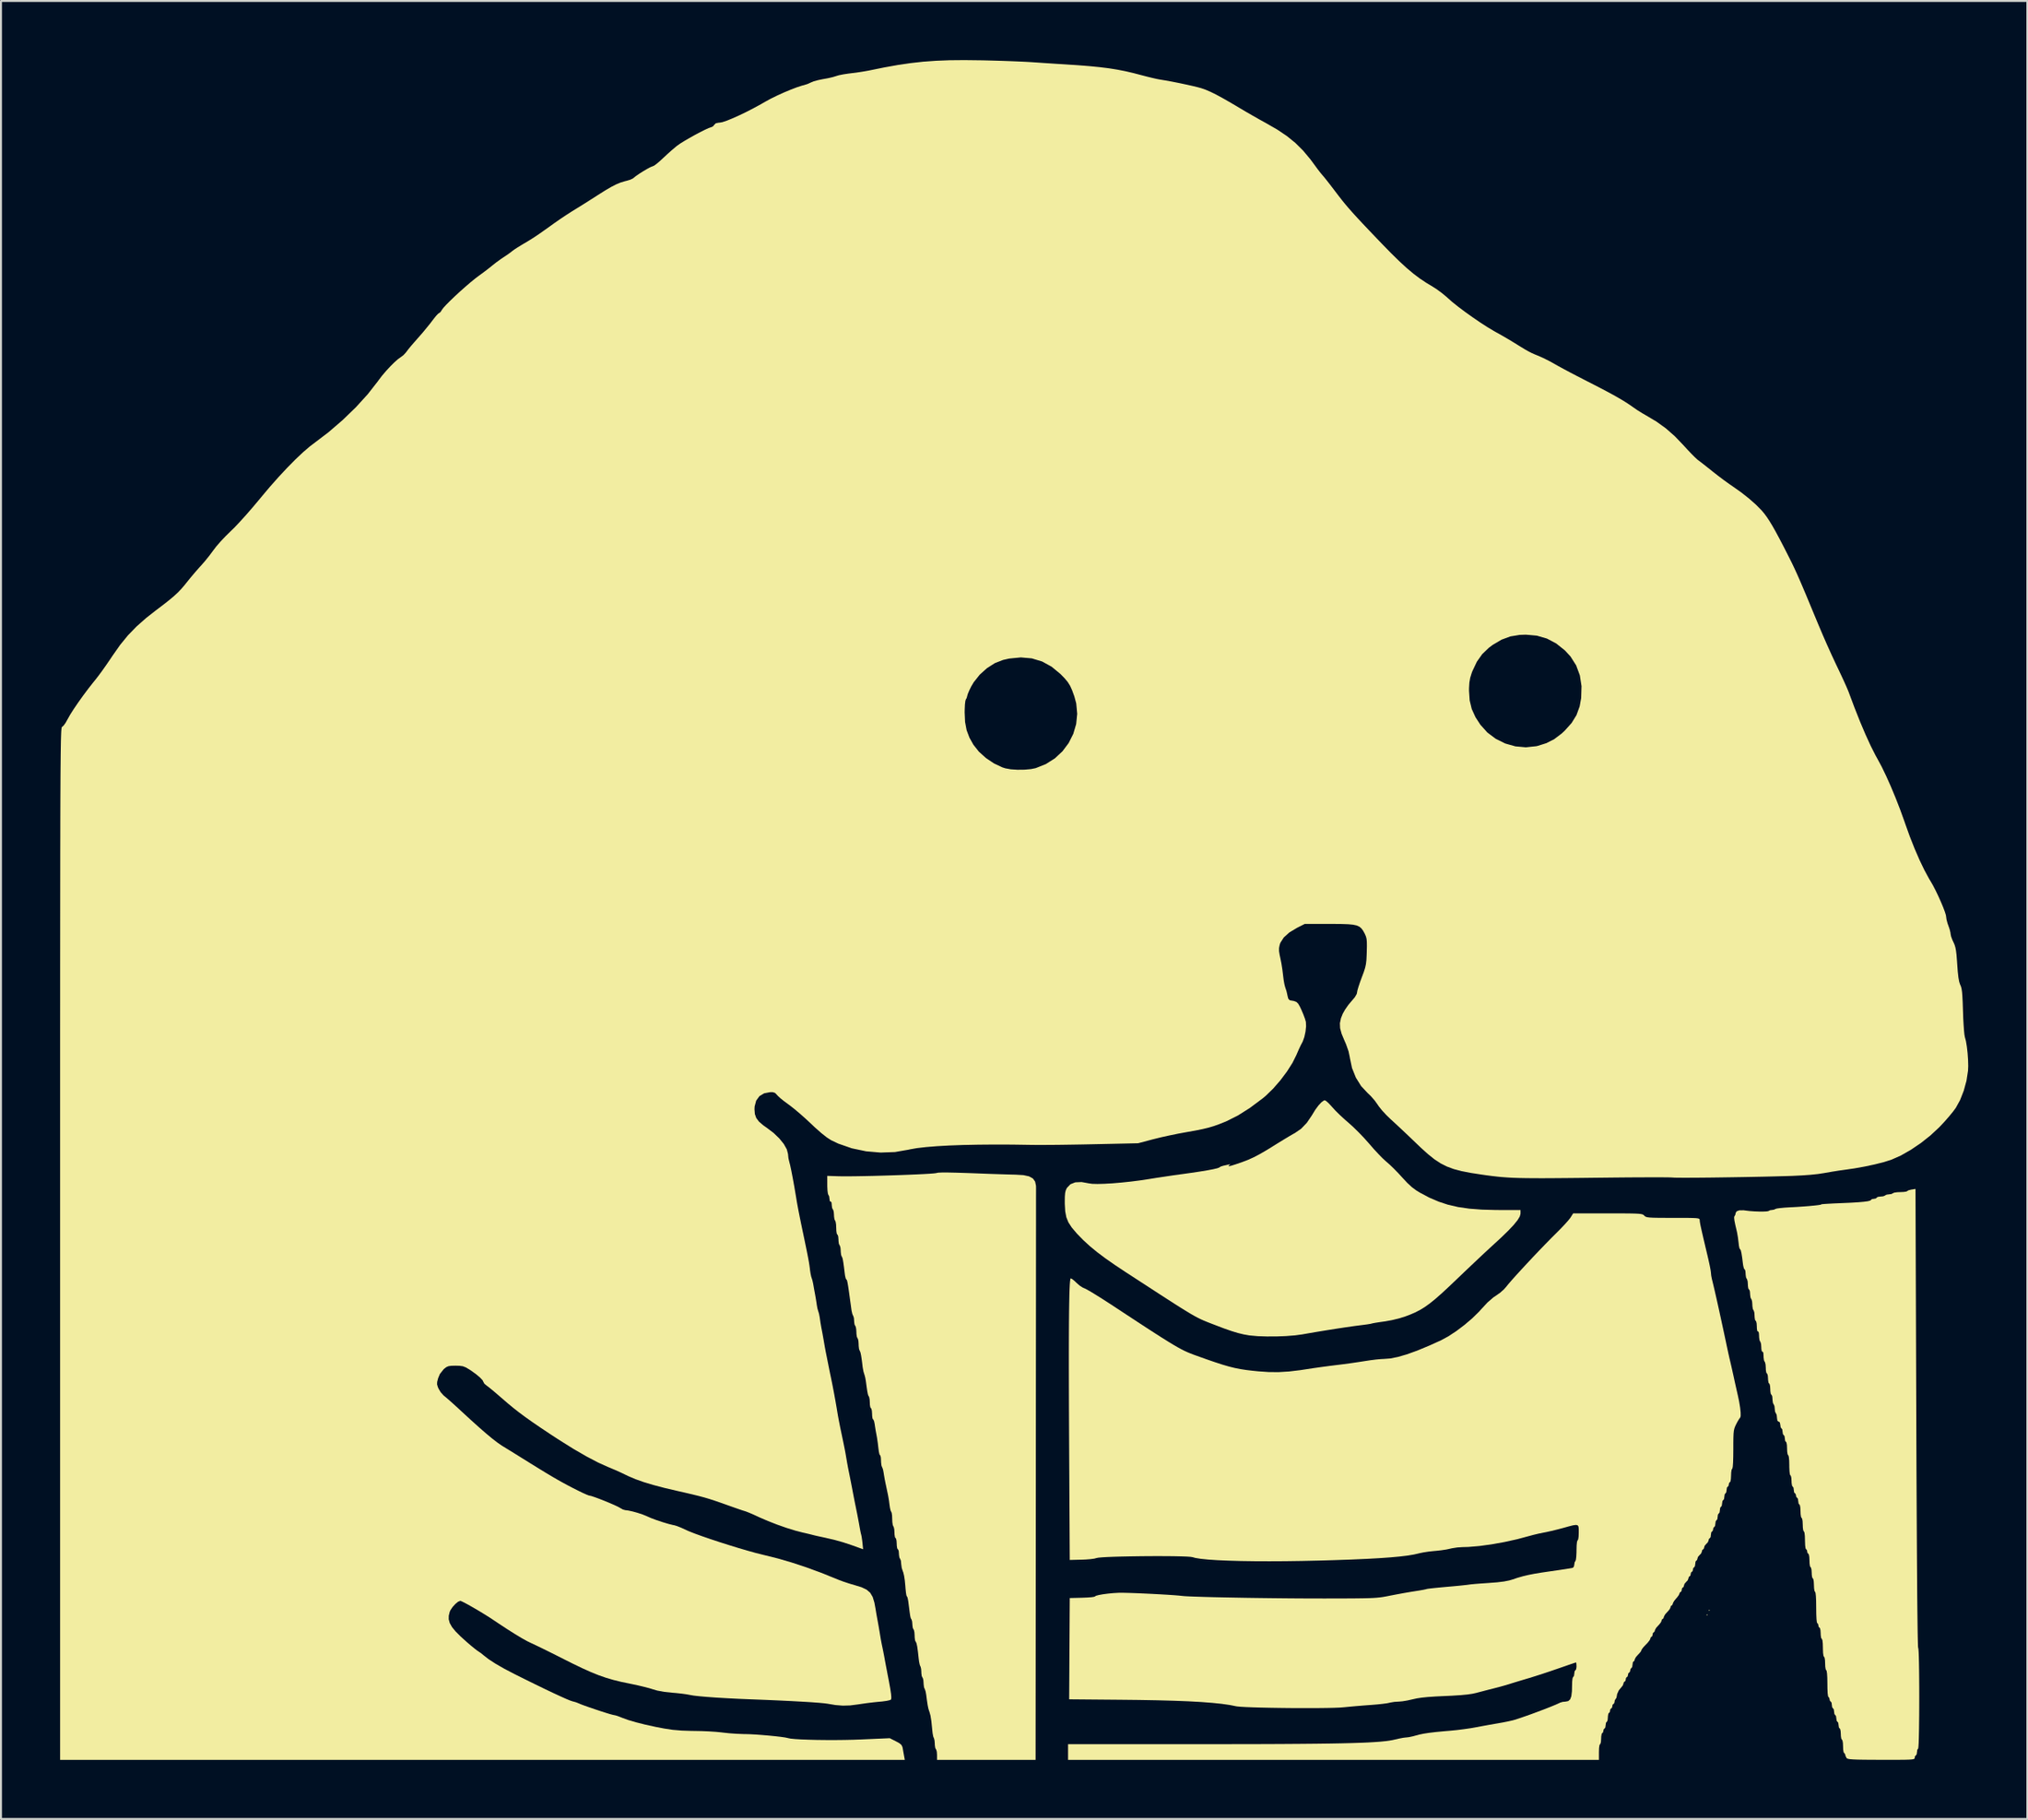
<source format=kicad_pcb>
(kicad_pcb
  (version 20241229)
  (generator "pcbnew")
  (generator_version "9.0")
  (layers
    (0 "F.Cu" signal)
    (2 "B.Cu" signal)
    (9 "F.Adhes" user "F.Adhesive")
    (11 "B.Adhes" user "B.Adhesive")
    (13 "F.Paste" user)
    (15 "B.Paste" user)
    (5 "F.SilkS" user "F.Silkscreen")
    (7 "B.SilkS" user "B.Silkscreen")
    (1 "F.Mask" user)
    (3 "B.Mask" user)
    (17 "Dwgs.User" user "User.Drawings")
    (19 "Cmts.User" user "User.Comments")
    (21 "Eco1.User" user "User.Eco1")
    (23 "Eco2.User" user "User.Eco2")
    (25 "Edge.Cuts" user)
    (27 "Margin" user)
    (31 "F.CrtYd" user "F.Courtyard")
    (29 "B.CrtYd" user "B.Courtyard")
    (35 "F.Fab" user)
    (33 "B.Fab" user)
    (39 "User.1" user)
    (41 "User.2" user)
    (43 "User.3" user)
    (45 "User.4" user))
  (footprint "3"
    (layer "F.Cu")
    (at 50.061 41.871)
    (property "Reference" "3" (at 0 0 0) (layer "F.SilkS") (effects (font (size 1.5 1.5) (thickness 0.3))))
    (attr board_only exclude_from_pos_files exclude_from_bom)
    (fp_poly (pts (xy 33.526 37.02) (xy 33.497 37.049) (xy 33.469 37.02) (xy 33.497 36.992)) (stroke (width 0) (type solid)) (fill yes) (layer "F.SilkS"))
    (fp_poly (pts (xy 33.639 36.793) (xy 33.611 36.821) (xy 33.583 36.793) (xy 33.611 36.765)) (stroke (width 0) (type solid)) (fill yes) (layer "F.SilkS"))
    (fp_poly (pts (xy 14.179 10.951) (xy 14.3 11.06) (xy 14.445 11.215) (xy 14.481 11.256) (xy 14.649 11.439) (xy 14.874 11.661) (xy 15.122 11.889) (xy 15.301 12.044) (xy 15.544 12.263) (xy 15.824 12.537) (xy 16.107 12.832) (xy 16.359 13.115) (xy 16.375 13.134) (xy 16.597 13.389) (xy 16.826 13.636) (xy 17.035 13.85) (xy 17.203 14.006) (xy 17.236 14.033) (xy 17.403 14.179) (xy 17.614 14.383) (xy 17.841 14.616) (xy 18.023 14.815) (xy 18.286 15.098) (xy 18.515 15.311) (xy 18.741 15.48) (xy 18.922 15.592) (xy 19.4 15.846) (xy 19.872 16.05) (xy 20.355 16.21) (xy 20.869 16.328) (xy 21.433 16.409) (xy 22.065 16.458) (xy 22.784 16.478) (xy 23.002 16.479) (xy 24.036 16.479) (xy 24.036 16.664) (xy 23.999 16.805) (xy 23.886 16.992) (xy 23.693 17.231) (xy 23.417 17.524) (xy 23.055 17.876) (xy 22.694 18.208) (xy 22.484 18.401) (xy 22.21 18.655) (xy 21.89 18.955) (xy 21.542 19.284) (xy 21.182 19.625) (xy 20.83 19.962) (xy 20.805 19.986) (xy 20.376 20.394) (xy 20.012 20.73) (xy 19.699 21.004) (xy 19.423 21.226) (xy 19.171 21.406) (xy 18.929 21.554) (xy 18.684 21.679) (xy 18.421 21.792) (xy 18.188 21.88) (xy 17.875 21.978) (xy 17.51 22.066) (xy 17.156 22.13) (xy 17.117 22.135) (xy 16.87 22.17) (xy 16.667 22.202) (xy 16.532 22.227) (xy 16.492 22.238) (xy 16.421 22.255) (xy 16.263 22.281) (xy 16.047 22.31) (xy 15.911 22.327) (xy 15.586 22.369) (xy 15.174 22.428) (xy 14.698 22.5) (xy 14.183 22.582) (xy 13.654 22.669) (xy 13.133 22.759) (xy 12.976 22.787) (xy 12.596 22.838) (xy 12.143 22.874) (xy 11.653 22.893) (xy 11.16 22.894) (xy 10.702 22.879) (xy 10.314 22.844) (xy 10.259 22.837) (xy 9.982 22.788) (xy 9.697 22.719) (xy 9.379 22.622) (xy 9.003 22.491) (xy 8.637 22.352) (xy 8.433 22.274) (xy 8.256 22.206) (xy 8.098 22.143) (xy 7.951 22.082) (xy 7.806 22.017) (xy 7.657 21.943) (xy 7.494 21.856) (xy 7.309 21.75) (xy 7.095 21.621) (xy 6.842 21.465) (xy 6.543 21.276) (xy 6.19 21.05) (xy 5.775 20.782) (xy 5.289 20.466) (xy 4.724 20.099) (xy 4.072 19.675) (xy 4.034 19.651) (xy 3.457 19.268) (xy 2.965 18.924) (xy 2.544 18.607) (xy 2.179 18.306) (xy 1.854 18.008) (xy 1.554 17.701) (xy 1.505 17.647) (xy 1.265 17.363) (xy 1.098 17.106) (xy 0.992 16.844) (xy 0.935 16.543) (xy 0.914 16.171) (xy 0.913 16.081) (xy 0.916 15.806) (xy 0.931 15.615) (xy 0.964 15.477) (xy 1.018 15.363) (xy 1.023 15.355) (xy 1.198 15.172) (xy 1.446 15.074) (xy 1.765 15.06) (xy 2.125 15.125) (xy 2.303 15.15) (xy 2.575 15.157) (xy 2.923 15.148) (xy 3.33 15.125) (xy 3.777 15.087) (xy 4.246 15.038) (xy 4.719 14.978) (xy 5.143 14.914) (xy 5.537 14.851) (xy 5.983 14.784) (xy 6.426 14.718) (xy 6.813 14.664) (xy 6.819 14.664) (xy 7.331 14.592) (xy 7.779 14.525) (xy 8.154 14.463) (xy 8.446 14.408) (xy 8.645 14.361) (xy 8.744 14.326) (xy 8.751 14.319) (xy 8.823 14.274) (xy 8.95 14.233) (xy 9.114 14.196) (xy 9.234 14.168) (xy 9.307 14.157) (xy 9.28 14.189) (xy 9.262 14.201) (xy 9.211 14.247) (xy 9.244 14.257) (xy 9.367 14.228) (xy 9.585 14.159) (xy 9.903 14.05) (xy 9.922 14.043) (xy 10.214 13.932) (xy 10.5 13.802) (xy 10.807 13.641) (xy 11.161 13.436) (xy 11.454 13.255) (xy 11.758 13.066) (xy 12.044 12.891) (xy 12.293 12.741) (xy 12.484 12.629) (xy 12.592 12.57) (xy 12.902 12.357) (xy 13.195 12.052) (xy 13.451 11.674) (xy 13.468 11.645) (xy 13.624 11.39) (xy 13.786 11.171) (xy 13.938 11.008) (xy 14.063 10.92) (xy 14.106 10.91)) (stroke (width 0) (type solid)) (fill yes) (layer "F.SilkS"))
    (fp_poly (pts (xy -5.009 14.575) (xy -4.588 14.584) (xy -4.055 14.601) (xy -3.799 14.61) (xy -3.338 14.628) (xy -2.888 14.645) (xy -2.468 14.659) (xy -2.099 14.671) (xy -1.8 14.68) (xy -1.591 14.685) (xy -1.563 14.686) (xy -1.182 14.709) (xy -0.899 14.771) (xy -0.706 14.878) (xy -0.592 15.035) (xy -0.546 15.249) (xy -0.545 15.302) (xy -0.544 15.379) (xy -0.544 15.565) (xy -0.545 15.855) (xy -0.545 16.244) (xy -0.545 16.728) (xy -0.545 17.3) (xy -0.546 17.957) (xy -0.546 18.693) (xy -0.547 19.504) (xy -0.547 20.384) (xy -0.548 21.33) (xy -0.549 22.335) (xy -0.55 23.395) (xy -0.551 24.506) (xy -0.552 25.662) (xy -0.553 26.858) (xy -0.554 28.09) (xy -0.555 29.352) (xy -0.555 29.96) (xy -0.568 44.379) (xy -3.068 44.379) (xy -5.569 44.379) (xy -5.569 44.127) (xy -5.58 43.966) (xy -5.61 43.858) (xy -5.626 43.839) (xy -5.661 43.765) (xy -5.681 43.622) (xy -5.682 43.563) (xy -5.694 43.401) (xy -5.722 43.287) (xy -5.733 43.268) (xy -5.763 43.188) (xy -5.793 43.028) (xy -5.815 42.823) (xy -5.816 42.816) (xy -5.854 42.427) (xy -5.899 42.139) (xy -5.954 41.939) (xy -5.967 41.907) (xy -6.006 41.786) (xy -6.045 41.597) (xy -6.086 41.323) (xy -6.117 41.083) (xy -6.146 40.917) (xy -6.184 40.798) (xy -6.199 40.774) (xy -6.231 40.687) (xy -6.249 40.535) (xy -6.251 40.479) (xy -6.263 40.322) (xy -6.294 40.218) (xy -6.307 40.202) (xy -6.343 40.129) (xy -6.363 39.985) (xy -6.364 39.926) (xy -6.375 39.764) (xy -6.403 39.65) (xy -6.415 39.631) (xy -6.447 39.549) (xy -6.48 39.391) (xy -6.5 39.236) (xy -6.539 38.883) (xy -6.574 38.631) (xy -6.608 38.471) (xy -6.643 38.391) (xy -6.654 38.38) (xy -6.684 38.31) (xy -6.702 38.165) (xy -6.705 38.072) (xy -6.716 37.903) (xy -6.743 37.786) (xy -6.762 37.759) (xy -6.799 37.684) (xy -6.818 37.544) (xy -6.819 37.511) (xy -6.832 37.358) (xy -6.863 37.254) (xy -6.87 37.245) (xy -6.893 37.21) (xy -6.914 37.146) (xy -6.936 37.035) (xy -6.961 36.859) (xy -6.994 36.601) (xy -7.025 36.353) (xy -7.052 36.195) (xy -7.084 36.098) (xy -7.1 36.083) (xy -7.122 36.03) (xy -7.145 35.888) (xy -7.167 35.682) (xy -7.178 35.537) (xy -7.204 35.274) (xy -7.24 35.039) (xy -7.282 34.865) (xy -7.301 34.818) (xy -7.36 34.638) (xy -7.387 34.439) (xy -7.387 34.43) (xy -7.401 34.281) (xy -7.435 34.188) (xy -7.444 34.179) (xy -7.48 34.105) (xy -7.5 33.963) (xy -7.501 33.92) (xy -7.513 33.779) (xy -7.545 33.701) (xy -7.557 33.696) (xy -7.59 33.645) (xy -7.61 33.514) (xy -7.614 33.412) (xy -7.625 33.25) (xy -7.651 33.147) (xy -7.671 33.128) (xy -7.704 33.077) (xy -7.724 32.946) (xy -7.728 32.847) (xy -7.739 32.678) (xy -7.766 32.56) (xy -7.785 32.531) (xy -7.815 32.46) (xy -7.836 32.31) (xy -7.842 32.162) (xy -7.849 31.978) (xy -7.87 31.844) (xy -7.891 31.797) (xy -7.925 31.727) (xy -7.958 31.582) (xy -7.975 31.467) (xy -8.006 31.231) (xy -8.046 30.991) (xy -8.062 30.912) (xy -8.107 30.7) (xy -8.158 30.454) (xy -8.182 30.344) (xy -8.226 30.118) (xy -8.264 29.896) (xy -8.278 29.804) (xy -8.309 29.646) (xy -8.349 29.537) (xy -8.359 29.523) (xy -8.389 29.437) (xy -8.407 29.283) (xy -8.41 29.196) (xy -8.419 29.037) (xy -8.443 28.939) (xy -8.46 28.923) (xy -8.491 28.871) (xy -8.521 28.737) (xy -8.543 28.568) (xy -8.573 28.31) (xy -8.613 28.038) (xy -8.638 27.9) (xy -8.681 27.67) (xy -8.718 27.44) (xy -8.731 27.346) (xy -8.761 27.199) (xy -8.799 27.113) (xy -8.813 27.105) (xy -8.842 27.054) (xy -8.861 26.923) (xy -8.864 26.821) (xy -8.875 26.659) (xy -8.901 26.556) (xy -8.921 26.536) (xy -8.954 26.485) (xy -8.975 26.356) (xy -8.978 26.264) (xy -8.988 26.092) (xy -9.013 25.967) (xy -9.029 25.937) (xy -9.055 25.895) (xy -9.08 25.815) (xy -9.106 25.68) (xy -9.138 25.47) (xy -9.179 25.166) (xy -9.18 25.159) (xy -9.212 24.978) (xy -9.252 24.83) (xy -9.262 24.803) (xy -9.3 24.677) (xy -9.334 24.497) (xy -9.343 24.434) (xy -9.384 24.097) (xy -9.42 23.86) (xy -9.453 23.707) (xy -9.486 23.625) (xy -9.495 23.613) (xy -9.526 23.528) (xy -9.544 23.374) (xy -9.546 23.29) (xy -9.557 23.124) (xy -9.585 23.01) (xy -9.603 22.985) (xy -9.636 22.912) (xy -9.657 22.766) (xy -9.66 22.672) (xy -9.671 22.504) (xy -9.698 22.387) (xy -9.717 22.36) (xy -9.754 22.285) (xy -9.773 22.145) (xy -9.774 22.112) (xy -9.786 21.959) (xy -9.818 21.855) (xy -9.825 21.846) (xy -9.863 21.76) (xy -9.9 21.607) (xy -9.912 21.536) (xy -9.939 21.336) (xy -9.974 21.088) (xy -9.998 20.911) (xy -10.046 20.564) (xy -10.083 20.316) (xy -10.112 20.15) (xy -10.136 20.053) (xy -10.157 20.009) (xy -10.172 20.002) (xy -10.201 19.951) (xy -10.233 19.819) (xy -10.25 19.703) (xy -10.29 19.377) (xy -10.322 19.146) (xy -10.348 18.993) (xy -10.372 18.899) (xy -10.397 18.848) (xy -10.404 18.84) (xy -10.436 18.753) (xy -10.454 18.601) (xy -10.455 18.545) (xy -10.468 18.388) (xy -10.499 18.284) (xy -10.512 18.269) (xy -10.547 18.195) (xy -10.567 18.051) (xy -10.569 17.981) (xy -10.581 17.83) (xy -10.609 17.74) (xy -10.626 17.729) (xy -10.656 17.677) (xy -10.677 17.542) (xy -10.683 17.391) (xy -10.692 17.205) (xy -10.715 17.068) (xy -10.74 17.019) (xy -10.774 16.945) (xy -10.794 16.801) (xy -10.796 16.734) (xy -10.808 16.575) (xy -10.838 16.468) (xy -10.853 16.45) (xy -10.891 16.375) (xy -10.91 16.237) (xy -10.91 16.216) (xy -10.924 16.089) (xy -10.96 16.049) (xy -10.967 16.053) (xy -11.007 16.031) (xy -11.024 15.921) (xy -11.024 15.917) (xy -11.041 15.785) (xy -11.081 15.712) (xy -11.107 15.642) (xy -11.127 15.488) (xy -11.137 15.28) (xy -11.137 15.211) (xy -11.138 14.746) (xy -10.583 14.765) (xy -10.355 14.769) (xy -10.05 14.769) (xy -9.684 14.765) (xy -9.27 14.758) (xy -8.822 14.748) (xy -8.355 14.735) (xy -7.882 14.721) (xy -7.418 14.705) (xy -6.977 14.688) (xy -6.573 14.671) (xy -6.22 14.653) (xy -5.933 14.636) (xy -5.724 14.62) (xy -5.609 14.605) (xy -5.592 14.6) (xy -5.511 14.583) (xy -5.316 14.575)) (stroke (width 0) (type solid)) (fill yes) (layer "F.SilkS"))
    (fp_poly (pts (xy 44.117 27.039) (xy 44.122 28.445) (xy 44.127 29.771) (xy 44.133 31.016) (xy 44.139 32.176) (xy 44.145 33.25) (xy 44.151 34.234) (xy 44.157 35.127) (xy 44.163 35.926) (xy 44.17 36.629) (xy 44.177 37.233) (xy 44.183 37.736) (xy 44.19 38.135) (xy 44.197 38.428) (xy 44.203 38.612) (xy 44.21 38.686) (xy 44.211 38.687) (xy 44.224 38.746) (xy 44.235 38.905) (xy 44.245 39.148) (xy 44.253 39.464) (xy 44.259 39.837) (xy 44.263 40.254) (xy 44.266 40.701) (xy 44.267 41.164) (xy 44.266 41.63) (xy 44.264 42.085) (xy 44.259 42.514) (xy 44.254 42.905) (xy 44.246 43.243) (xy 44.237 43.514) (xy 44.226 43.705) (xy 44.214 43.802) (xy 44.209 43.811) (xy 44.169 43.86) (xy 44.152 43.979) (xy 44.152 43.981) (xy 44.135 44.101) (xy 44.096 44.152) (xy 44.095 44.152) (xy 44.049 44.199) (xy 44.038 44.265) (xy 44.035 44.298) (xy 44.017 44.323) (xy 43.972 44.343) (xy 43.889 44.357) (xy 43.755 44.367) (xy 43.558 44.373) (xy 43.287 44.376) (xy 42.929 44.377) (xy 42.472 44.377) (xy 42.348 44.377) (xy 41.849 44.375) (xy 41.453 44.372) (xy 41.147 44.366) (xy 40.921 44.357) (xy 40.762 44.345) (xy 40.66 44.328) (xy 40.602 44.307) (xy 40.586 44.294) (xy 40.525 44.18) (xy 40.515 44.126) (xy 40.485 44.049) (xy 40.458 44.038) (xy 40.428 43.986) (xy 40.407 43.851) (xy 40.401 43.697) (xy 40.393 43.515) (xy 40.37 43.392) (xy 40.345 43.356) (xy 40.312 43.305) (xy 40.292 43.174) (xy 40.288 43.072) (xy 40.277 42.91) (xy 40.251 42.807) (xy 40.231 42.788) (xy 40.191 42.739) (xy 40.174 42.62) (xy 40.174 42.617) (xy 40.158 42.498) (xy 40.118 42.447) (xy 40.117 42.447) (xy 40.077 42.398) (xy 40.06 42.279) (xy 40.06 42.277) (xy 40.044 42.157) (xy 40.004 42.106) (xy 40.004 42.106) (xy 39.964 42.057) (xy 39.947 41.938) (xy 39.947 41.936) (xy 39.93 41.816) (xy 39.891 41.765) (xy 39.89 41.765) (xy 39.85 41.716) (xy 39.833 41.597) (xy 39.833 41.595) (xy 39.817 41.475) (xy 39.777 41.424) (xy 39.776 41.424) (xy 39.73 41.377) (xy 39.719 41.311) (xy 39.696 41.218) (xy 39.663 41.197) (xy 39.638 41.142) (xy 39.619 40.987) (xy 39.608 40.745) (xy 39.606 40.515) (xy 39.601 40.216) (xy 39.588 39.994) (xy 39.568 39.864) (xy 39.549 39.833) (xy 39.519 39.781) (xy 39.498 39.646) (xy 39.492 39.492) (xy 39.484 39.311) (xy 39.461 39.187) (xy 39.435 39.151) (xy 39.407 39.098) (xy 39.387 38.953) (xy 39.379 38.737) (xy 39.379 38.697) (xy 39.372 38.472) (xy 39.354 38.313) (xy 39.327 38.244) (xy 39.322 38.242) (xy 39.289 38.191) (xy 39.269 38.06) (xy 39.265 37.958) (xy 39.255 37.796) (xy 39.229 37.693) (xy 39.208 37.674) (xy 39.162 37.626) (xy 39.151 37.56) (xy 39.127 37.468) (xy 39.094 37.447) (xy 39.071 37.392) (xy 39.053 37.234) (xy 39.042 36.984) (xy 39.038 36.652) (xy 39.038 36.651) (xy 39.034 36.319) (xy 39.022 36.069) (xy 39.005 35.911) (xy 38.981 35.855) (xy 38.981 35.855) (xy 38.95 35.804) (xy 38.93 35.669) (xy 38.924 35.515) (xy 38.915 35.333) (xy 38.893 35.21) (xy 38.867 35.174) (xy 38.835 35.122) (xy 38.814 34.992) (xy 38.81 34.889) (xy 38.8 34.727) (xy 38.774 34.625) (xy 38.753 34.605) (xy 38.723 34.554) (xy 38.703 34.418) (xy 38.697 34.264) (xy 38.688 34.083) (xy 38.665 33.96) (xy 38.64 33.923) (xy 38.594 33.876) (xy 38.583 33.81) (xy 38.559 33.718) (xy 38.526 33.696) (xy 38.498 33.643) (xy 38.478 33.498) (xy 38.47 33.282) (xy 38.469 33.242) (xy 38.463 33.016) (xy 38.445 32.858) (xy 38.418 32.789) (xy 38.413 32.787) (xy 38.382 32.735) (xy 38.362 32.6) (xy 38.356 32.446) (xy 38.347 32.264) (xy 38.325 32.141) (xy 38.299 32.105) (xy 38.269 32.053) (xy 38.248 31.918) (xy 38.242 31.764) (xy 38.233 31.583) (xy 38.211 31.459) (xy 38.185 31.423) (xy 38.145 31.374) (xy 38.128 31.255) (xy 38.128 31.253) (xy 38.112 31.133) (xy 38.072 31.082) (xy 38.072 31.082) (xy 38.025 31.035) (xy 38.015 30.969) (xy 37.991 30.876) (xy 37.958 30.855) (xy 37.918 30.806) (xy 37.901 30.687) (xy 37.901 30.685) (xy 37.885 30.565) (xy 37.845 30.514) (xy 37.844 30.514) (xy 37.812 30.463) (xy 37.791 30.332) (xy 37.787 30.23) (xy 37.777 30.068) (xy 37.751 29.965) (xy 37.731 29.946) (xy 37.703 29.892) (xy 37.684 29.744) (xy 37.674 29.519) (xy 37.674 29.434) (xy 37.668 29.189) (xy 37.651 29.015) (xy 37.626 28.929) (xy 37.617 28.923) (xy 37.587 28.871) (xy 37.566 28.736) (xy 37.56 28.582) (xy 37.552 28.4) (xy 37.529 28.277) (xy 37.503 28.241) (xy 37.463 28.192) (xy 37.447 28.073) (xy 37.447 28.071) (xy 37.43 27.951) (xy 37.39 27.9) (xy 37.39 27.9) (xy 37.35 27.851) (xy 37.333 27.732) (xy 37.333 27.73) (xy 37.316 27.61) (xy 37.277 27.559) (xy 37.276 27.559) (xy 37.236 27.51) (xy 37.219 27.391) (xy 37.219 27.389) (xy 37.194 27.253) (xy 37.134 27.218) (xy 37.07 27.174) (xy 37.049 27.035) (xy 37.049 27.023) (xy 37.034 26.881) (xy 36.997 26.796) (xy 36.992 26.792) (xy 36.953 26.716) (xy 36.935 26.579) (xy 36.935 26.565) (xy 36.92 26.425) (xy 36.883 26.341) (xy 36.878 26.338) (xy 36.842 26.263) (xy 36.823 26.122) (xy 36.821 26.079) (xy 36.809 25.937) (xy 36.777 25.86) (xy 36.765 25.855) (xy 36.732 25.803) (xy 36.712 25.673) (xy 36.708 25.57) (xy 36.698 25.408) (xy 36.671 25.306) (xy 36.651 25.286) (xy 36.617 25.236) (xy 36.597 25.107) (xy 36.594 25.031) (xy 36.583 24.878) (xy 36.554 24.787) (xy 36.537 24.775) (xy 36.505 24.724) (xy 36.484 24.593) (xy 36.481 24.494) (xy 36.47 24.325) (xy 36.443 24.207) (xy 36.424 24.178) (xy 36.389 24.105) (xy 36.369 23.96) (xy 36.367 23.887) (xy 36.356 23.731) (xy 36.326 23.665) (xy 36.31 23.667) (xy 36.274 23.64) (xy 36.255 23.517) (xy 36.253 23.446) (xy 36.242 23.285) (xy 36.212 23.176) (xy 36.196 23.155) (xy 36.162 23.082) (xy 36.142 22.938) (xy 36.14 22.865) (xy 36.129 22.708) (xy 36.099 22.642) (xy 36.083 22.644) (xy 36.048 22.616) (xy 36.029 22.489) (xy 36.026 22.392) (xy 36.016 22.229) (xy 35.99 22.124) (xy 35.969 22.104) (xy 35.935 22.054) (xy 35.915 21.925) (xy 35.912 21.852) (xy 35.901 21.691) (xy 35.871 21.583) (xy 35.855 21.564) (xy 35.821 21.491) (xy 35.801 21.347) (xy 35.799 21.28) (xy 35.787 21.121) (xy 35.757 21.014) (xy 35.742 20.996) (xy 35.706 20.922) (xy 35.686 20.78) (xy 35.685 20.737) (xy 35.672 20.596) (xy 35.64 20.518) (xy 35.628 20.513) (xy 35.594 20.462) (xy 35.574 20.334) (xy 35.571 20.261) (xy 35.56 20.1) (xy 35.53 19.992) (xy 35.515 19.973) (xy 35.478 19.899) (xy 35.459 19.758) (xy 35.458 19.714) (xy 35.446 19.573) (xy 35.417 19.496) (xy 35.406 19.49) (xy 35.37 19.44) (xy 35.337 19.31) (xy 35.323 19.22) (xy 35.281 18.887) (xy 35.244 18.657) (xy 35.211 18.521) (xy 35.179 18.469) (xy 35.173 18.468) (xy 35.144 18.416) (xy 35.116 18.283) (xy 35.1 18.141) (xy 35.07 17.894) (xy 35.027 17.637) (xy 35.004 17.53) (xy 34.932 17.223) (xy 34.889 17.01) (xy 34.874 16.875) (xy 34.882 16.804) (xy 34.897 16.787) (xy 34.938 16.711) (xy 34.946 16.647) (xy 34.997 16.547) (xy 35.139 16.494) (xy 35.36 16.492) (xy 35.471 16.507) (xy 35.67 16.531) (xy 35.903 16.548) (xy 36.143 16.557) (xy 36.362 16.557) (xy 36.531 16.549) (xy 36.622 16.53) (xy 36.629 16.525) (xy 36.702 16.488) (xy 36.785 16.479) (xy 36.91 16.457) (xy 36.966 16.426) (xy 37.041 16.403) (xy 37.206 16.38) (xy 37.435 16.358) (xy 37.702 16.342) (xy 38.043 16.324) (xy 38.375 16.302) (xy 38.68 16.278) (xy 38.942 16.253) (xy 39.143 16.23) (xy 39.267 16.21) (xy 39.296 16.194) (xy 39.293 16.193) (xy 39.328 16.184) (xy 39.461 16.172) (xy 39.673 16.159) (xy 39.949 16.144) (xy 40.259 16.131) (xy 40.764 16.109) (xy 41.161 16.085) (xy 41.459 16.059) (xy 41.663 16.031) (xy 41.782 15.999) (xy 41.822 15.963) (xy 41.822 15.962) (xy 41.871 15.923) (xy 41.964 15.911) (xy 42.071 15.891) (xy 42.106 15.854) (xy 42.156 15.816) (xy 42.278 15.797) (xy 42.302 15.797) (xy 42.443 15.782) (xy 42.528 15.745) (xy 42.532 15.74) (xy 42.609 15.699) (xy 42.731 15.683) (xy 42.861 15.665) (xy 42.93 15.626) (xy 43.002 15.596) (xy 43.151 15.575) (xy 43.298 15.57) (xy 43.479 15.562) (xy 43.608 15.543) (xy 43.65 15.522) (xy 43.713 15.482) (xy 43.844 15.446) (xy 43.873 15.441) (xy 44.077 15.409)) (stroke (width 0) (type solid)) (fill yes) (layer "F.SilkS"))
    (fp_poly (pts (xy 28.953 16.65) (xy 29.345 16.651) (xy 29.648 16.654) (xy 29.876 16.66) (xy 30.039 16.669) (xy 30.152 16.683) (xy 30.226 16.701) (xy 30.274 16.725) (xy 30.309 16.756) (xy 30.315 16.763) (xy 30.353 16.799) (xy 30.404 16.826) (xy 30.482 16.846) (xy 30.601 16.86) (xy 30.777 16.869) (xy 31.023 16.874) (xy 31.354 16.876) (xy 31.773 16.877) (xy 32.199 16.877) (xy 32.525 16.878) (xy 32.764 16.883) (xy 32.93 16.89) (xy 33.036 16.903) (xy 33.095 16.922) (xy 33.121 16.947) (xy 33.128 16.981) (xy 33.128 16.994) (xy 33.131 17.044) (xy 33.141 17.116) (xy 33.16 17.223) (xy 33.193 17.377) (xy 33.241 17.59) (xy 33.306 17.874) (xy 33.393 18.243) (xy 33.503 18.708) (xy 33.521 18.781) (xy 33.586 19.067) (xy 33.641 19.324) (xy 33.679 19.524) (xy 33.696 19.645) (xy 33.696 19.655) (xy 33.711 19.803) (xy 33.746 19.981) (xy 33.75 19.995) (xy 33.807 20.227) (xy 33.884 20.555) (xy 33.978 20.968) (xy 34.086 21.451) (xy 34.204 21.99) (xy 34.329 22.572) (xy 34.46 23.182) (xy 34.49 23.326) (xy 34.547 23.591) (xy 34.6 23.835) (xy 34.643 24.024) (xy 34.66 24.093) (xy 34.693 24.235) (xy 34.743 24.452) (xy 34.8 24.709) (xy 34.834 24.86) (xy 34.901 25.168) (xy 34.975 25.498) (xy 35.041 25.794) (xy 35.062 25.883) (xy 35.13 26.21) (xy 35.178 26.506) (xy 35.204 26.751) (xy 35.206 26.927) (xy 35.182 27.013) (xy 35.179 27.016) (xy 35.127 27.082) (xy 35.046 27.217) (xy 34.98 27.343) (xy 34.926 27.456) (xy 34.888 27.56) (xy 34.861 27.676) (xy 34.845 27.825) (xy 34.837 28.028) (xy 34.833 28.306) (xy 34.833 28.622) (xy 34.829 29.003) (xy 34.82 29.298) (xy 34.805 29.498) (xy 34.785 29.596) (xy 34.776 29.605) (xy 34.746 29.657) (xy 34.725 29.792) (xy 34.719 29.946) (xy 34.71 30.127) (xy 34.688 30.251) (xy 34.662 30.287) (xy 34.616 30.334) (xy 34.605 30.4) (xy 34.582 30.493) (xy 34.549 30.514) (xy 34.509 30.563) (xy 34.492 30.682) (xy 34.492 30.685) (xy 34.475 30.804) (xy 34.436 30.855) (xy 34.435 30.855) (xy 34.395 30.904) (xy 34.378 31.023) (xy 34.378 31.026) (xy 34.362 31.145) (xy 34.322 31.196) (xy 34.321 31.196) (xy 34.281 31.245) (xy 34.264 31.364) (xy 34.264 31.366) (xy 34.248 31.486) (xy 34.208 31.537) (xy 34.208 31.537) (xy 34.168 31.586) (xy 34.151 31.705) (xy 34.151 31.707) (xy 34.134 31.827) (xy 34.095 31.878) (xy 34.094 31.878) (xy 34.054 31.927) (xy 34.037 32.046) (xy 34.037 32.048) (xy 34.021 32.168) (xy 33.981 32.219) (xy 33.98 32.219) (xy 33.94 32.268) (xy 33.923 32.387) (xy 33.923 32.389) (xy 33.907 32.509) (xy 33.867 32.56) (xy 33.867 32.56) (xy 33.82 32.607) (xy 33.81 32.673) (xy 33.786 32.766) (xy 33.753 32.787) (xy 33.713 32.836) (xy 33.696 32.955) (xy 33.696 32.957) (xy 33.68 33.077) (xy 33.64 33.128) (xy 33.639 33.128) (xy 33.591 33.175) (xy 33.583 33.229) (xy 33.54 33.339) (xy 33.469 33.412) (xy 33.38 33.514) (xy 33.355 33.595) (xy 33.329 33.68) (xy 33.298 33.696) (xy 33.25 33.743) (xy 33.242 33.797) (xy 33.199 33.907) (xy 33.128 33.98) (xy 33.039 34.082) (xy 33.014 34.163) (xy 32.988 34.249) (xy 32.957 34.264) (xy 32.918 34.314) (xy 32.901 34.433) (xy 32.901 34.435) (xy 32.884 34.555) (xy 32.845 34.605) (xy 32.844 34.605) (xy 32.798 34.653) (xy 32.787 34.719) (xy 32.763 34.811) (xy 32.73 34.833) (xy 32.684 34.88) (xy 32.673 34.946) (xy 32.65 35.039) (xy 32.617 35.06) (xy 32.569 35.107) (xy 32.56 35.161) (xy 32.517 35.271) (xy 32.446 35.344) (xy 32.357 35.446) (xy 32.332 35.527) (xy 32.306 35.612) (xy 32.276 35.628) (xy 32.229 35.676) (xy 32.219 35.742) (xy 32.195 35.834) (xy 32.162 35.855) (xy 32.11 35.901) (xy 32.105 35.932) (xy 32.068 36.018) (xy 31.976 36.142) (xy 31.935 36.187) (xy 31.829 36.317) (xy 31.769 36.426) (xy 31.764 36.452) (xy 31.734 36.528) (xy 31.707 36.537) (xy 31.658 36.584) (xy 31.651 36.628) (xy 31.612 36.722) (xy 31.514 36.844) (xy 31.48 36.878) (xy 31.372 37) (xy 31.313 37.107) (xy 31.31 37.128) (xy 31.281 37.208) (xy 31.253 37.219) (xy 31.203 37.266) (xy 31.196 37.31) (xy 31.157 37.404) (xy 31.06 37.526) (xy 31.026 37.56) (xy 30.917 37.682) (xy 30.859 37.789) (xy 30.855 37.81) (xy 30.826 37.889) (xy 30.798 37.901) (xy 30.752 37.949) (xy 30.741 38.015) (xy 30.718 38.107) (xy 30.685 38.128) (xy 30.635 38.175) (xy 30.628 38.218) (xy 30.589 38.305) (xy 30.49 38.433) (xy 30.4 38.526) (xy 30.275 38.658) (xy 30.192 38.767) (xy 30.173 38.811) (xy 30.135 38.89) (xy 30.039 39.002) (xy 30.003 39.038) (xy 29.894 39.16) (xy 29.836 39.266) (xy 29.832 39.288) (xy 29.803 39.367) (xy 29.775 39.379) (xy 29.735 39.428) (xy 29.719 39.547) (xy 29.719 39.549) (xy 29.702 39.669) (xy 29.662 39.719) (xy 29.662 39.719) (xy 29.616 39.767) (xy 29.605 39.833) (xy 29.581 39.925) (xy 29.548 39.947) (xy 29.502 39.994) (xy 29.491 40.06) (xy 29.467 40.153) (xy 29.434 40.174) (xy 29.388 40.222) (xy 29.378 40.288) (xy 29.354 40.38) (xy 29.321 40.401) (xy 29.272 40.448) (xy 29.264 40.494) (xy 29.225 40.604) (xy 29.165 40.679) (xy 29.022 40.854) (xy 28.936 41.045) (xy 28.923 41.136) (xy 28.897 41.245) (xy 28.866 41.282) (xy 28.818 41.362) (xy 28.809 41.428) (xy 28.785 41.518) (xy 28.753 41.538) (xy 28.706 41.585) (xy 28.696 41.651) (xy 28.672 41.744) (xy 28.639 41.765) (xy 28.593 41.813) (xy 28.582 41.879) (xy 28.558 41.971) (xy 28.525 41.992) (xy 28.49 42.043) (xy 28.47 42.169) (xy 28.468 42.22) (xy 28.456 42.362) (xy 28.424 42.441) (xy 28.412 42.447) (xy 28.372 42.496) (xy 28.355 42.615) (xy 28.355 42.617) (xy 28.338 42.737) (xy 28.299 42.788) (xy 28.298 42.788) (xy 28.252 42.836) (xy 28.241 42.902) (xy 28.217 42.994) (xy 28.184 43.015) (xy 28.152 43.066) (xy 28.131 43.197) (xy 28.128 43.299) (xy 28.117 43.461) (xy 28.091 43.564) (xy 28.071 43.583) (xy 28.042 43.636) (xy 28.021 43.777) (xy 28.014 43.981) (xy 28.014 43.981) (xy 28.014 44.379) (xy 14.547 44.379) (xy 1.08 44.379) (xy 1.08 43.981) (xy 1.08 43.583) (xy 7.714 43.583) (xy 8.961 43.582) (xy 10.1 43.58) (xy 11.135 43.578) (xy 12.073 43.573) (xy 12.917 43.567) (xy 13.674 43.56) (xy 14.348 43.551) (xy 14.945 43.54) (xy 15.47 43.527) (xy 15.928 43.512) (xy 16.324 43.495) (xy 16.664 43.475) (xy 16.952 43.453) (xy 17.194 43.429) (xy 17.394 43.402) (xy 17.559 43.372) (xy 17.637 43.354) (xy 17.869 43.301) (xy 18.077 43.261) (xy 18.221 43.243) (xy 18.238 43.243) (xy 18.378 43.226) (xy 18.573 43.184) (xy 18.699 43.15) (xy 18.904 43.095) (xy 19.138 43.048) (xy 19.421 43.005) (xy 19.771 42.964) (xy 20.207 42.923) (xy 20.456 42.902) (xy 20.802 42.868) (xy 21.175 42.821) (xy 21.525 42.77) (xy 21.735 42.733) (xy 22.066 42.671) (xy 22.44 42.603) (xy 22.789 42.542) (xy 22.871 42.528) (xy 23.146 42.479) (xy 23.41 42.426) (xy 23.621 42.378) (xy 23.695 42.359) (xy 23.933 42.284) (xy 24.23 42.183) (xy 24.564 42.065) (xy 24.913 41.936) (xy 25.253 41.808) (xy 25.562 41.686) (xy 25.817 41.581) (xy 25.996 41.501) (xy 26.038 41.479) (xy 26.165 41.44) (xy 26.323 41.424) (xy 26.459 41.397) (xy 26.555 41.309) (xy 26.615 41.147) (xy 26.644 40.896) (xy 26.65 40.646) (xy 26.657 40.414) (xy 26.674 40.251) (xy 26.7 40.177) (xy 26.707 40.174) (xy 26.747 40.125) (xy 26.764 40.006) (xy 26.764 40.004) (xy 26.78 39.884) (xy 26.82 39.833) (xy 26.821 39.833) (xy 26.858 39.783) (xy 26.877 39.66) (xy 26.877 39.634) (xy 26.871 39.503) (xy 26.855 39.437) (xy 26.852 39.435) (xy 26.793 39.453) (xy 26.644 39.503) (xy 26.425 39.578) (xy 26.154 39.672) (xy 25.929 39.75) (xy 25.563 39.876) (xy 25.173 40.006) (xy 24.796 40.127) (xy 24.473 40.228) (xy 24.377 40.256) (xy 24.092 40.341) (xy 23.82 40.423) (xy 23.596 40.492) (xy 23.468 40.533) (xy 23.293 40.586) (xy 23.052 40.654) (xy 22.787 40.724) (xy 22.701 40.746) (xy 22.411 40.819) (xy 22.105 40.899) (xy 21.839 40.969) (xy 21.792 40.982) (xy 21.587 41.027) (xy 21.328 41.064) (xy 20.998 41.095) (xy 20.581 41.122) (xy 20.201 41.14) (xy 19.722 41.163) (xy 19.339 41.189) (xy 19.031 41.22) (xy 18.78 41.258) (xy 18.566 41.305) (xy 18.558 41.307) (xy 18.306 41.364) (xy 18.058 41.406) (xy 17.864 41.424) (xy 17.847 41.424) (xy 17.635 41.438) (xy 17.431 41.471) (xy 17.388 41.482) (xy 17.257 41.508) (xy 17.041 41.537) (xy 16.768 41.566) (xy 16.467 41.591) (xy 16.422 41.594) (xy 16.066 41.621) (xy 15.683 41.653) (xy 15.322 41.686) (xy 15.058 41.712) (xy 14.857 41.727) (xy 14.567 41.738) (xy 14.204 41.746) (xy 13.782 41.751) (xy 13.316 41.753) (xy 12.823 41.753) (xy 12.315 41.75) (xy 11.81 41.744) (xy 11.321 41.736) (xy 10.864 41.726) (xy 10.453 41.714) (xy 10.104 41.7) (xy 9.832 41.684) (xy 9.651 41.667) (xy 9.603 41.659) (xy 9.278 41.594) (xy 8.88 41.537) (xy 8.404 41.488) (xy 7.845 41.445) (xy 7.198 41.409) (xy 6.458 41.38) (xy 5.619 41.357) (xy 4.676 41.34) (xy 3.764 41.33) (xy 1.135 41.307) (xy 1.15 38.738) (xy 1.165 36.168) (xy 1.804 36.152) (xy 2.058 36.142) (xy 2.265 36.126) (xy 2.4 36.107) (xy 2.443 36.089) (xy 2.496 36.053) (xy 2.639 36.015) (xy 2.848 35.977) (xy 3.1 35.944) (xy 3.371 35.917) (xy 3.639 35.902) (xy 3.722 35.9) (xy 3.927 35.902) (xy 4.212 35.909) (xy 4.557 35.921) (xy 4.939 35.938) (xy 5.339 35.957) (xy 5.733 35.978) (xy 6.102 36) (xy 6.423 36.021) (xy 6.675 36.041) (xy 6.837 36.058) (xy 6.847 36.059) (xy 6.983 36.072) (xy 7.222 36.085) (xy 7.552 36.098) (xy 7.962 36.111) (xy 8.441 36.124) (xy 8.978 36.136) (xy 9.561 36.147) (xy 10.18 36.158) (xy 10.823 36.167) (xy 11.479 36.175) (xy 12.137 36.182) (xy 12.785 36.187) (xy 13.413 36.19) (xy 14.01 36.191) (xy 14.177 36.191) (xy 14.786 36.189) (xy 15.294 36.188) (xy 15.713 36.185) (xy 16.056 36.18) (xy 16.335 36.173) (xy 16.564 36.164) (xy 16.754 36.151) (xy 16.918 36.134) (xy 17.069 36.113) (xy 17.219 36.086) (xy 17.381 36.055) (xy 17.416 36.047) (xy 17.754 35.982) (xy 18.121 35.914) (xy 18.466 35.855) (xy 18.66 35.824) (xy 18.901 35.786) (xy 19.1 35.751) (xy 19.23 35.724) (xy 19.264 35.713) (xy 19.333 35.699) (xy 19.495 35.679) (xy 19.732 35.653) (xy 20.025 35.625) (xy 20.294 35.6) (xy 20.627 35.571) (xy 20.929 35.542) (xy 21.178 35.516) (xy 21.353 35.496) (xy 21.422 35.486) (xy 21.528 35.473) (xy 21.723 35.454) (xy 21.983 35.434) (xy 22.284 35.413) (xy 22.417 35.404) (xy 22.855 35.37) (xy 23.198 35.328) (xy 23.464 35.275) (xy 23.61 35.232) (xy 23.886 35.14) (xy 24.151 35.064) (xy 24.431 34.997) (xy 24.75 34.935) (xy 25.133 34.872) (xy 25.604 34.803) (xy 25.609 34.802) (xy 25.939 34.755) (xy 26.232 34.711) (xy 26.468 34.674) (xy 26.629 34.647) (xy 26.693 34.634) (xy 26.747 34.565) (xy 26.764 34.468) (xy 26.784 34.347) (xy 26.821 34.293) (xy 26.846 34.224) (xy 26.865 34.069) (xy 26.876 33.856) (xy 26.877 33.75) (xy 26.883 33.506) (xy 26.9 33.332) (xy 26.925 33.247) (xy 26.934 33.242) (xy 26.963 33.189) (xy 26.984 33.048) (xy 26.991 32.844) (xy 26.991 32.844) (xy 26.991 32.667) (xy 26.979 32.547) (xy 26.939 32.478) (xy 26.853 32.457) (xy 26.706 32.476) (xy 26.481 32.533) (xy 26.196 32.613) (xy 25.902 32.69) (xy 25.603 32.763) (xy 25.343 32.821) (xy 25.23 32.843) (xy 24.962 32.897) (xy 24.666 32.968) (xy 24.491 33.016) (xy 23.867 33.183) (xy 23.216 33.327) (xy 22.565 33.444) (xy 21.944 33.528) (xy 21.381 33.575) (xy 21.081 33.583) (xy 20.831 33.6) (xy 20.565 33.641) (xy 20.47 33.663) (xy 20.268 33.706) (xy 20.003 33.746) (xy 19.727 33.776) (xy 19.675 33.78) (xy 19.402 33.808) (xy 19.132 33.848) (xy 18.913 33.892) (xy 18.88 33.901) (xy 18.626 33.959) (xy 18.303 34.013) (xy 17.905 34.061) (xy 17.427 34.105) (xy 16.863 34.145) (xy 16.207 34.181) (xy 15.454 34.214) (xy 14.597 34.244) (xy 13.836 34.266) (xy 12.951 34.286) (xy 12.101 34.298) (xy 11.295 34.302) (xy 10.541 34.299) (xy 9.846 34.289) (xy 9.219 34.271) (xy 8.667 34.247) (xy 8.198 34.216) (xy 7.821 34.178) (xy 7.543 34.134) (xy 7.396 34.094) (xy 7.292 34.077) (xy 7.091 34.063) (xy 6.808 34.053) (xy 6.459 34.045) (xy 6.058 34.041) (xy 5.621 34.04) (xy 5.162 34.041) (xy 4.696 34.046) (xy 4.239 34.053) (xy 3.806 34.062) (xy 3.411 34.073) (xy 3.07 34.087) (xy 2.798 34.103) (xy 2.61 34.12) (xy 2.521 34.139) (xy 2.416 34.167) (xy 2.227 34.193) (xy 1.983 34.212) (xy 1.783 34.22) (xy 1.165 34.236) (xy 1.136 28.923) (xy 1.13 27.657) (xy 1.125 26.501) (xy 1.122 25.453) (xy 1.12 24.507) (xy 1.12 23.661) (xy 1.122 22.912) (xy 1.125 22.256) (xy 1.13 21.689) (xy 1.137 21.209) (xy 1.145 20.812) (xy 1.155 20.493) (xy 1.167 20.251) (xy 1.181 20.081) (xy 1.197 19.98) (xy 1.214 19.945) (xy 1.216 19.945) (xy 1.29 19.983) (xy 1.411 20.081) (xy 1.507 20.173) (xy 1.666 20.312) (xy 1.828 20.417) (xy 1.907 20.45) (xy 2 20.494) (xy 2.174 20.592) (xy 2.414 20.736) (xy 2.704 20.916) (xy 3.031 21.125) (xy 3.368 21.344) (xy 4.02 21.773) (xy 4.586 22.145) (xy 5.073 22.463) (xy 5.491 22.733) (xy 5.846 22.96) (xy 6.148 23.149) (xy 6.404 23.305) (xy 6.622 23.432) (xy 6.812 23.536) (xy 6.981 23.622) (xy 7.137 23.693) (xy 7.288 23.756) (xy 7.443 23.816) (xy 7.553 23.856) (xy 8.085 24.046) (xy 8.529 24.199) (xy 8.906 24.322) (xy 9.234 24.418) (xy 9.532 24.492) (xy 9.82 24.55) (xy 10.117 24.596) (xy 10.441 24.635) (xy 10.74 24.665) (xy 11.265 24.701) (xy 11.768 24.704) (xy 12.287 24.673) (xy 12.857 24.605) (xy 13.183 24.555) (xy 13.531 24.502) (xy 13.939 24.444) (xy 14.353 24.389) (xy 14.689 24.347) (xy 15.054 24.302) (xy 15.451 24.248) (xy 15.831 24.192) (xy 16.131 24.145) (xy 16.426 24.1) (xy 16.714 24.064) (xy 16.957 24.042) (xy 17.086 24.036) (xy 17.426 24.011) (xy 17.82 23.933) (xy 18.276 23.8) (xy 18.802 23.61) (xy 19.407 23.359) (xy 19.995 23.093) (xy 20.367 22.892) (xy 20.777 22.623) (xy 21.193 22.309) (xy 21.587 21.974) (xy 21.926 21.642) (xy 22.053 21.501) (xy 22.362 21.169) (xy 22.657 20.914) (xy 22.796 20.82) (xy 23.002 20.675) (xy 23.192 20.507) (xy 23.306 20.378) (xy 23.411 20.248) (xy 23.582 20.049) (xy 23.807 19.797) (xy 24.074 19.505) (xy 24.369 19.186) (xy 24.68 18.854) (xy 24.994 18.524) (xy 25.299 18.207) (xy 25.581 17.919) (xy 25.827 17.673) (xy 25.848 17.653) (xy 26.072 17.427) (xy 26.278 17.211) (xy 26.445 17.024) (xy 26.555 16.888) (xy 26.573 16.862) (xy 26.708 16.649) (xy 28.46 16.649)) (stroke (width 0) (type solid)) (fill yes) (layer "F.SilkS"))
    (fp_poly (pts (xy -3.356 -41.861) (xy -3.239 -41.859) (xy -2.765 -41.847) (xy -2.279 -41.833) (xy -1.806 -41.816) (xy -1.372 -41.798) (xy -1.004 -41.78) (xy -0.767 -41.766) (xy -0.37 -41.739) (xy 0.079 -41.709) (xy 0.524 -41.68) (xy 0.909 -41.656) (xy 1.592 -41.611) (xy 2.18 -41.564) (xy 2.694 -41.513) (xy 3.151 -41.456) (xy 3.573 -41.388) (xy 3.979 -41.309) (xy 4.387 -41.215) (xy 4.773 -41.114) (xy 5.068 -41.037) (xy 5.348 -40.968) (xy 5.581 -40.915) (xy 5.737 -40.885) (xy 5.739 -40.885) (xy 6.015 -40.84) (xy 6.349 -40.779) (xy 6.713 -40.707) (xy 7.075 -40.63) (xy 7.408 -40.556) (xy 7.682 -40.489) (xy 7.838 -40.446) (xy 8.058 -40.369) (xy 8.306 -40.262) (xy 8.594 -40.12) (xy 8.938 -39.934) (xy 9.351 -39.697) (xy 9.774 -39.446) (xy 10.099 -39.254) (xy 10.459 -39.046) (xy 10.81 -38.847) (xy 11.106 -38.684) (xy 11.69 -38.348) (xy 12.185 -38.016) (xy 12.616 -37.665) (xy 13.006 -37.278) (xy 13.378 -36.832) (xy 13.596 -36.537) (xy 13.74 -36.34) (xy 13.879 -36.161) (xy 13.983 -36.036) (xy 13.992 -36.026) (xy 14.074 -35.93) (xy 14.207 -35.764) (xy 14.376 -35.548) (xy 14.564 -35.302) (xy 14.64 -35.202) (xy 14.814 -34.974) (xy 14.978 -34.764) (xy 15.143 -34.561) (xy 15.319 -34.353) (xy 15.517 -34.129) (xy 15.747 -33.876) (xy 16.019 -33.584) (xy 16.344 -33.241) (xy 16.732 -32.834) (xy 16.987 -32.568) (xy 17.463 -32.08) (xy 17.882 -31.669) (xy 18.257 -31.324) (xy 18.602 -31.034) (xy 18.93 -30.787) (xy 19.254 -30.571) (xy 19.49 -30.43) (xy 19.76 -30.26) (xy 20.044 -30.053) (xy 20.292 -29.848) (xy 20.343 -29.801) (xy 20.569 -29.6) (xy 20.871 -29.359) (xy 21.224 -29.094) (xy 21.605 -28.822) (xy 21.991 -28.558) (xy 22.359 -28.32) (xy 22.684 -28.125) (xy 22.786 -28.068) (xy 23.068 -27.911) (xy 23.388 -27.725) (xy 23.685 -27.546) (xy 23.752 -27.505) (xy 24.046 -27.323) (xy 24.268 -27.188) (xy 24.445 -27.088) (xy 24.601 -27.009) (xy 24.76 -26.938) (xy 24.949 -26.861) (xy 24.955 -26.859) (xy 25.19 -26.754) (xy 25.467 -26.616) (xy 25.734 -26.47) (xy 25.776 -26.445) (xy 25.959 -26.342) (xy 26.222 -26.199) (xy 26.542 -26.028) (xy 26.898 -25.842) (xy 27.269 -25.651) (xy 27.415 -25.576) (xy 27.974 -25.29) (xy 28.442 -25.044) (xy 28.832 -24.831) (xy 29.157 -24.644) (xy 29.429 -24.476) (xy 29.661 -24.32) (xy 29.747 -24.258) (xy 29.959 -24.112) (xy 30.207 -23.957) (xy 30.372 -23.862) (xy 30.931 -23.53) (xy 31.415 -23.181) (xy 31.864 -22.786) (xy 32.276 -22.357) (xy 32.495 -22.118) (xy 32.701 -21.901) (xy 32.877 -21.724) (xy 33.004 -21.606) (xy 33.043 -21.575) (xy 33.153 -21.493) (xy 33.327 -21.358) (xy 33.542 -21.188) (xy 33.775 -21.003) (xy 33.781 -20.997) (xy 34.056 -20.782) (xy 34.358 -20.555) (xy 34.645 -20.348) (xy 34.833 -20.219) (xy 35.241 -19.93) (xy 35.632 -19.621) (xy 35.983 -19.311) (xy 36.27 -19.02) (xy 36.408 -18.856) (xy 36.537 -18.68) (xy 36.671 -18.477) (xy 36.817 -18.236) (xy 36.984 -17.94) (xy 37.179 -17.577) (xy 37.411 -17.132) (xy 37.541 -16.877) (xy 37.685 -16.592) (xy 37.816 -16.329) (xy 37.939 -16.07) (xy 38.064 -15.798) (xy 38.197 -15.497) (xy 38.346 -15.15) (xy 38.519 -14.741) (xy 38.722 -14.253) (xy 38.859 -13.922) (xy 39.133 -13.263) (xy 39.378 -12.685) (xy 39.606 -12.165) (xy 39.826 -11.678) (xy 40.05 -11.197) (xy 40.174 -10.938) (xy 40.32 -10.629) (xy 40.457 -10.332) (xy 40.573 -10.073) (xy 40.657 -9.876) (xy 40.686 -9.802) (xy 40.978 -9.023) (xy 41.264 -8.301) (xy 41.541 -7.648) (xy 41.803 -7.076) (xy 42.045 -6.597) (xy 42.158 -6.393) (xy 42.364 -6.01) (xy 42.591 -5.539) (xy 42.83 -5.003) (xy 43.07 -4.425) (xy 43.303 -3.826) (xy 43.518 -3.23) (xy 43.559 -3.111) (xy 43.787 -2.476) (xy 44.031 -1.859) (xy 44.282 -1.28) (xy 44.531 -0.763) (xy 44.768 -0.326) (xy 44.858 -0.177) (xy 44.971 0.02) (xy 45.1 0.271) (xy 45.235 0.552) (xy 45.364 0.84) (xy 45.478 1.112) (xy 45.566 1.345) (xy 45.619 1.515) (xy 45.629 1.579) (xy 45.65 1.736) (xy 45.704 1.938) (xy 45.743 2.046) (xy 45.808 2.235) (xy 45.849 2.402) (xy 45.856 2.469) (xy 45.882 2.596) (xy 45.947 2.772) (xy 45.997 2.879) (xy 46.054 3.005) (xy 46.097 3.14) (xy 46.13 3.308) (xy 46.157 3.533) (xy 46.181 3.837) (xy 46.192 4.006) (xy 46.221 4.39) (xy 46.253 4.677) (xy 46.29 4.883) (xy 46.335 5.025) (xy 46.35 5.057) (xy 46.387 5.146) (xy 46.416 5.262) (xy 46.439 5.422) (xy 46.456 5.643) (xy 46.471 5.942) (xy 46.484 6.335) (xy 46.486 6.393) (xy 46.499 6.752) (xy 46.517 7.082) (xy 46.537 7.363) (xy 46.558 7.573) (xy 46.579 7.693) (xy 46.581 7.7) (xy 46.635 7.905) (xy 46.682 8.19) (xy 46.72 8.52) (xy 46.744 8.859) (xy 46.752 9.174) (xy 46.742 9.408) (xy 46.663 9.917) (xy 46.524 10.427) (xy 46.338 10.901) (xy 46.122 11.293) (xy 45.979 11.487) (xy 45.779 11.731) (xy 45.547 11.996) (xy 45.308 12.251) (xy 45.273 12.287) (xy 44.833 12.696) (xy 44.346 13.082) (xy 43.836 13.427) (xy 43.332 13.714) (xy 42.86 13.923) (xy 42.822 13.937) (xy 42.458 14.05) (xy 42.011 14.163) (xy 41.514 14.27) (xy 40.998 14.363) (xy 40.515 14.433) (xy 40.192 14.478) (xy 39.828 14.536) (xy 39.491 14.595) (xy 39.435 14.605) (xy 39.135 14.651) (xy 38.747 14.692) (xy 38.296 14.724) (xy 37.816 14.747) (xy 37.401 14.76) (xy 36.932 14.773) (xy 36.422 14.785) (xy 35.883 14.796) (xy 35.329 14.807) (xy 34.772 14.816) (xy 34.225 14.824) (xy 33.701 14.831) (xy 33.212 14.836) (xy 32.771 14.839) (xy 32.391 14.84) (xy 32.085 14.839) (xy 31.865 14.836) (xy 31.744 14.83) (xy 31.736 14.829) (xy 31.64 14.824) (xy 31.441 14.821) (xy 31.149 14.819) (xy 30.774 14.818) (xy 30.327 14.82) (xy 29.819 14.822) (xy 29.259 14.826) (xy 28.658 14.832) (xy 28.026 14.839) (xy 27.9 14.84) (xy 27.078 14.85) (xy 26.359 14.857) (xy 25.733 14.862) (xy 25.19 14.865) (xy 24.72 14.864) (xy 24.311 14.86) (xy 23.955 14.853) (xy 23.64 14.842) (xy 23.356 14.826) (xy 23.093 14.807) (xy 22.841 14.782) (xy 22.59 14.753) (xy 22.329 14.719) (xy 22.083 14.684) (xy 21.519 14.597) (xy 21.047 14.505) (xy 20.647 14.4) (xy 20.296 14.27) (xy 19.975 14.107) (xy 19.662 13.9) (xy 19.336 13.638) (xy 18.976 13.313) (xy 18.751 13.098) (xy 18.461 12.819) (xy 18.161 12.535) (xy 17.875 12.266) (xy 17.627 12.036) (xy 17.457 11.881) (xy 17.229 11.661) (xy 17.016 11.431) (xy 16.848 11.221) (xy 16.79 11.135) (xy 16.636 10.92) (xy 16.439 10.695) (xy 16.28 10.543) (xy 15.95 10.191) (xy 15.682 9.76) (xy 15.487 9.273) (xy 15.377 8.753) (xy 15.373 8.721) (xy 15.31 8.423) (xy 15.184 8.066) (xy 15.101 7.875) (xy 14.958 7.532) (xy 14.882 7.25) (xy 14.872 6.999) (xy 14.925 6.748) (xy 15.016 6.52) (xy 15.138 6.303) (xy 15.305 6.065) (xy 15.453 5.89) (xy 15.631 5.679) (xy 15.726 5.514) (xy 15.74 5.447) (xy 15.76 5.339) (xy 15.814 5.154) (xy 15.893 4.917) (xy 15.978 4.685) (xy 16.082 4.407) (xy 16.151 4.192) (xy 16.194 4) (xy 16.218 3.791) (xy 16.231 3.526) (xy 16.236 3.381) (xy 16.243 3.084) (xy 16.24 2.873) (xy 16.225 2.721) (xy 16.195 2.601) (xy 16.146 2.486) (xy 16.126 2.445) (xy 16.046 2.3) (xy 15.962 2.187) (xy 15.861 2.102) (xy 15.726 2.041) (xy 15.543 2.001) (xy 15.297 1.977) (xy 14.974 1.965) (xy 14.558 1.961) (xy 14.345 1.96) (xy 13.092 1.96) (xy 12.698 2.159) (xy 12.308 2.393) (xy 12.025 2.648) (xy 11.851 2.92) (xy 11.816 3.023) (xy 11.784 3.181) (xy 11.783 3.34) (xy 11.816 3.543) (xy 11.846 3.679) (xy 11.901 3.951) (xy 11.952 4.268) (xy 11.988 4.56) (xy 12.018 4.803) (xy 12.057 5.023) (xy 12.097 5.179) (xy 12.105 5.199) (xy 12.162 5.374) (xy 12.208 5.574) (xy 12.211 5.596) (xy 12.253 5.757) (xy 12.322 5.83) (xy 12.359 5.84) (xy 12.541 5.873) (xy 12.664 5.92) (xy 12.754 6.006) (xy 12.84 6.154) (xy 12.921 6.326) (xy 13.017 6.552) (xy 13.097 6.765) (xy 13.144 6.924) (xy 13.146 6.937) (xy 13.157 7.156) (xy 13.127 7.427) (xy 13.067 7.702) (xy 12.986 7.929) (xy 12.957 7.984) (xy 12.887 8.117) (xy 12.792 8.318) (xy 12.692 8.548) (xy 12.669 8.603) (xy 12.466 9.011) (xy 12.187 9.45) (xy 11.855 9.893) (xy 11.492 10.311) (xy 11.118 10.676) (xy 10.957 10.811) (xy 10.309 11.295) (xy 9.701 11.68) (xy 9.127 11.969) (xy 9.035 12.008) (xy 8.74 12.125) (xy 8.473 12.22) (xy 8.207 12.299) (xy 7.914 12.37) (xy 7.569 12.441) (xy 7.143 12.517) (xy 7.046 12.534) (xy 6.657 12.605) (xy 6.227 12.694) (xy 5.805 12.787) (xy 5.439 12.877) (xy 5.398 12.887) (xy 4.631 13.091) (xy 2.358 13.141) (xy 1.816 13.152) (xy 1.27 13.161) (xy 0.742 13.169) (xy 0.249 13.174) (xy -0.189 13.176) (xy -0.552 13.176) (xy -0.821 13.173) (xy -0.824 13.173) (xy -1.753 13.159) (xy -2.64 13.156) (xy -3.475 13.163) (xy -4.251 13.179) (xy -4.958 13.205) (xy -5.588 13.241) (xy -6.133 13.285) (xy -6.584 13.337) (xy -6.932 13.398) (xy -7.007 13.416) (xy -7.701 13.537) (xy -8.43 13.564) (xy -9.168 13.5) (xy -9.892 13.347) (xy -10.576 13.11) (xy -10.936 12.939) (xy -11.157 12.797) (xy -11.439 12.575) (xy -11.771 12.281) (xy -11.961 12.101) (xy -12.233 11.848) (xy -12.52 11.593) (xy -12.794 11.362) (xy -13.028 11.177) (xy -13.108 11.119) (xy -13.321 10.963) (xy -13.509 10.812) (xy -13.643 10.688) (xy -13.685 10.641) (xy -13.783 10.538) (xy -13.906 10.498) (xy -14.026 10.497) (xy -14.339 10.556) (xy -14.58 10.701) (xy -14.743 10.926) (xy -14.823 11.225) (xy -14.83 11.365) (xy -14.811 11.608) (xy -14.74 11.809) (xy -14.605 11.991) (xy -14.389 12.177) (xy -14.206 12.306) (xy -13.863 12.566) (xy -13.571 12.846) (xy -13.342 13.129) (xy -13.19 13.401) (xy -13.127 13.644) (xy -13.126 13.674) (xy -13.109 13.845) (xy -13.073 14.003) (xy -13.023 14.197) (xy -12.96 14.489) (xy -12.887 14.867) (xy -12.806 15.315) (xy -12.721 15.82) (xy -12.678 16.081) (xy -12.647 16.254) (xy -12.598 16.514) (xy -12.534 16.835) (xy -12.461 17.192) (xy -12.385 17.558) (xy -12.286 18.03) (xy -12.208 18.407) (xy -12.147 18.705) (xy -12.102 18.939) (xy -12.068 19.127) (xy -12.043 19.284) (xy -12.024 19.425) (xy -12.013 19.519) (xy -11.985 19.709) (xy -11.95 19.868) (xy -11.933 19.917) (xy -11.892 20.047) (xy -11.853 20.223) (xy -11.847 20.257) (xy -11.812 20.458) (xy -11.769 20.689) (xy -11.754 20.769) (xy -11.715 20.992) (xy -11.68 21.213) (xy -11.671 21.28) (xy -11.64 21.458) (xy -11.6 21.603) (xy -11.593 21.621) (xy -11.555 21.748) (xy -11.521 21.927) (xy -11.512 21.991) (xy -11.48 22.211) (xy -11.437 22.455) (xy -11.422 22.53) (xy -11.379 22.755) (xy -11.332 23.016) (xy -11.308 23.155) (xy -11.267 23.395) (xy -11.223 23.635) (xy -11.2 23.752) (xy -11.157 23.965) (xy -11.108 24.211) (xy -11.086 24.32) (xy -11.037 24.564) (xy -10.985 24.82) (xy -10.964 24.917) (xy -10.886 25.298) (xy -10.803 25.728) (xy -10.724 26.161) (xy -10.656 26.553) (xy -10.626 26.735) (xy -10.59 26.946) (xy -10.538 27.221) (xy -10.48 27.515) (xy -10.453 27.645) (xy -10.375 28.017) (xy -10.316 28.299) (xy -10.273 28.511) (xy -10.24 28.674) (xy -10.215 28.809) (xy -10.193 28.936) (xy -10.171 29.065) (xy -10.13 29.304) (xy -10.086 29.544) (xy -10.063 29.662) (xy -9.967 30.14) (xy -9.885 30.558) (xy -9.823 30.883) (xy -9.778 31.116) (xy -9.731 31.356) (xy -9.717 31.423) (xy -9.612 31.942) (xy -9.529 32.38) (xy -9.497 32.56) (xy -9.462 32.749) (xy -9.43 32.901) (xy -9.414 32.957) (xy -9.393 33.059) (xy -9.368 33.23) (xy -9.352 33.367) (xy -9.319 33.692) (xy -9.868 33.495) (xy -10.323 33.343) (xy -10.774 33.216) (xy -11.272 33.101) (xy -11.45 33.063) (xy -11.655 33.019) (xy -11.844 32.974) (xy -11.904 32.958) (xy -12.059 32.919) (xy -12.266 32.87) (xy -12.387 32.843) (xy -12.765 32.745) (xy -13.207 32.608) (xy -13.679 32.442) (xy -14.146 32.26) (xy -14.572 32.076) (xy -14.632 32.048) (xy -14.871 31.938) (xy -15.09 31.844) (xy -15.257 31.778) (xy -15.314 31.759) (xy -15.434 31.722) (xy -15.632 31.655) (xy -15.881 31.568) (xy -16.138 31.477) (xy -16.513 31.343) (xy -16.828 31.235) (xy -17.107 31.144) (xy -17.376 31.064) (xy -17.66 30.988) (xy -17.984 30.908) (xy -18.374 30.817) (xy -18.752 30.732) (xy -19.41 30.577) (xy -19.971 30.429) (xy -20.452 30.284) (xy -20.866 30.137) (xy -21.232 29.982) (xy -21.4 29.901) (xy -21.614 29.798) (xy -21.886 29.676) (xy -22.166 29.557) (xy -22.248 29.524) (xy -22.759 29.294) (xy -23.349 28.985) (xy -24.016 28.599) (xy -24.757 28.135) (xy -25.173 27.864) (xy -25.672 27.531) (xy -26.093 27.243) (xy -26.454 26.987) (xy -26.775 26.749) (xy -27.073 26.515) (xy -27.368 26.271) (xy -27.679 26.002) (xy -27.686 25.996) (xy -27.915 25.798) (xy -28.127 25.619) (xy -28.3 25.478) (xy -28.413 25.392) (xy -28.426 25.384) (xy -28.534 25.293) (xy -28.582 25.209) (xy -28.582 25.206) (xy -28.628 25.114) (xy -28.755 24.98) (xy -28.945 24.819) (xy -29.182 24.647) (xy -29.3 24.569) (xy -29.478 24.464) (xy -29.627 24.406) (xy -29.798 24.382) (xy -29.998 24.377) (xy -30.217 24.382) (xy -30.361 24.404) (xy -30.472 24.454) (xy -30.587 24.545) (xy -30.597 24.553) (xy -30.794 24.802) (xy -30.882 25.015) (xy -30.929 25.195) (xy -30.936 25.321) (xy -30.9 25.449) (xy -30.862 25.539) (xy -30.752 25.723) (xy -30.609 25.884) (xy -30.572 25.915) (xy -30.467 26.001) (xy -30.298 26.148) (xy -30.084 26.339) (xy -29.846 26.556) (xy -29.714 26.679) (xy -29.221 27.132) (xy -28.8 27.511) (xy -28.441 27.823) (xy -28.137 28.076) (xy -27.879 28.275) (xy -27.658 28.429) (xy -27.559 28.49) (xy -27.409 28.582) (xy -27.192 28.715) (xy -26.939 28.872) (xy -26.693 29.025) (xy -26.184 29.342) (xy -25.755 29.607) (xy -25.393 29.828) (xy -25.081 30.014) (xy -24.805 30.174) (xy -24.551 30.316) (xy -24.303 30.45) (xy -24.052 30.581) (xy -23.781 30.718) (xy -23.541 30.834) (xy -23.351 30.919) (xy -23.233 30.964) (xy -23.209 30.969) (xy -23.111 30.99) (xy -22.935 31.049) (xy -22.706 31.133) (xy -22.448 31.234) (xy -22.188 31.341) (xy -21.951 31.444) (xy -21.761 31.533) (xy -21.645 31.597) (xy -21.641 31.6) (xy -21.504 31.676) (xy -21.389 31.707) (xy -21.23 31.727) (xy -21.005 31.777) (xy -20.75 31.849) (xy -20.505 31.929) (xy -20.307 32.009) (xy -20.286 32.019) (xy -20.073 32.112) (xy -19.795 32.216) (xy -19.491 32.317) (xy -19.201 32.404) (xy -18.966 32.462) (xy -18.922 32.47) (xy -18.765 32.515) (xy -18.559 32.596) (xy -18.382 32.678) (xy -18.172 32.773) (xy -17.871 32.892) (xy -17.497 33.028) (xy -17.069 33.175) (xy -16.605 33.329) (xy -16.124 33.482) (xy -15.645 33.629) (xy -15.185 33.764) (xy -14.764 33.881) (xy -14.399 33.973) (xy -14.363 33.981) (xy -13.643 34.161) (xy -12.935 34.367) (xy -12.212 34.606) (xy -11.447 34.887) (xy -10.616 35.221) (xy -10.541 35.252) (xy -10.31 35.338) (xy -10.029 35.431) (xy -9.755 35.511) (xy -9.745 35.514) (xy -9.397 35.621) (xy -9.142 35.743) (xy -8.96 35.9) (xy -8.834 36.113) (xy -8.746 36.402) (xy -8.689 36.708) (xy -8.648 36.961) (xy -8.599 37.233) (xy -8.58 37.333) (xy -8.536 37.577) (xy -8.489 37.852) (xy -8.467 37.986) (xy -8.426 38.234) (xy -8.378 38.489) (xy -8.352 38.611) (xy -8.302 38.853) (xy -8.252 39.109) (xy -8.239 39.18) (xy -8.216 39.307) (xy -8.192 39.44) (xy -8.162 39.599) (xy -8.122 39.808) (xy -8.069 40.087) (xy -8.008 40.401) (xy -7.941 40.77) (xy -7.901 41.038) (xy -7.887 41.215) (xy -7.899 41.31) (xy -7.903 41.319) (xy -7.976 41.353) (xy -8.137 41.388) (xy -8.361 41.418) (xy -8.476 41.428) (xy -8.786 41.459) (xy -9.144 41.502) (xy -9.485 41.551) (xy -9.575 41.565) (xy -9.978 41.617) (xy -10.346 41.628) (xy -10.725 41.597) (xy -11.115 41.532) (xy -11.284 41.509) (xy -11.558 41.484) (xy -11.929 41.456) (xy -12.39 41.428) (xy -12.932 41.398) (xy -13.547 41.368) (xy -14.228 41.338) (xy -14.964 41.309) (xy -14.973 41.309) (xy -15.622 41.282) (xy -16.222 41.251) (xy -16.763 41.219) (xy -17.234 41.185) (xy -17.624 41.151) (xy -17.922 41.117) (xy -18.118 41.083) (xy -18.127 41.081) (xy -18.292 41.051) (xy -18.533 41.018) (xy -18.814 40.988) (xy -19.007 40.972) (xy -19.412 40.928) (xy -19.76 40.864) (xy -19.973 40.802) (xy -20.155 40.746) (xy -20.418 40.677) (xy -20.729 40.603) (xy -21.058 40.532) (xy -21.152 40.513) (xy -21.594 40.421) (xy -21.992 40.323) (xy -22.366 40.213) (xy -22.739 40.083) (xy -23.131 39.925) (xy -23.562 39.731) (xy -24.055 39.494) (xy -24.491 39.275) (xy -24.873 39.082) (xy -25.238 38.9) (xy -25.568 38.737) (xy -25.846 38.602) (xy -26.055 38.502) (xy -26.176 38.447) (xy -26.378 38.349) (xy -26.658 38.191) (xy -27.005 37.981) (xy -27.405 37.728) (xy -27.845 37.438) (xy -28.061 37.293) (xy -28.291 37.141) (xy -28.555 36.976) (xy -28.832 36.808) (xy -29.104 36.649) (xy -29.353 36.508) (xy -29.558 36.398) (xy -29.702 36.328) (xy -29.759 36.31) (xy -29.868 36.354) (xy -30.006 36.467) (xy -30.144 36.618) (xy -30.253 36.778) (xy -30.294 36.867) (xy -30.342 37.065) (xy -30.344 37.251) (xy -30.292 37.438) (xy -30.179 37.638) (xy -29.998 37.861) (xy -29.74 38.119) (xy -29.4 38.425) (xy -29.214 38.583) (xy -29.048 38.72) (xy -28.905 38.83) (xy -28.818 38.889) (xy -28.71 38.962) (xy -28.582 39.067) (xy -28.323 39.269) (xy -27.965 39.502) (xy -27.521 39.757) (xy -27.019 40.019) (xy -26.466 40.295) (xy -25.946 40.551) (xy -25.47 40.782) (xy -25.046 40.984) (xy -24.685 41.151) (xy -24.396 41.281) (xy -24.189 41.367) (xy -24.073 41.407) (xy -24.07 41.407) (xy -23.891 41.456) (xy -23.752 41.511) (xy -23.636 41.56) (xy -23.445 41.632) (xy -23.201 41.718) (xy -22.928 41.811) (xy -22.651 41.903) (xy -22.391 41.986) (xy -22.173 42.053) (xy -22.021 42.095) (xy -21.962 42.106) (xy -21.865 42.127) (xy -21.703 42.182) (xy -21.545 42.244) (xy -21.239 42.356) (xy -20.84 42.473) (xy -20.371 42.592) (xy -19.852 42.705) (xy -19.42 42.788) (xy -18.98 42.855) (xy -18.525 42.894) (xy -18.011 42.911) (xy -17.886 42.912) (xy -17.523 42.919) (xy -17.143 42.935) (xy -16.787 42.958) (xy -16.496 42.987) (xy -16.45 42.993) (xy -16.119 43.029) (xy -15.742 43.056) (xy -15.389 43.07) (xy -15.305 43.071) (xy -15.069 43.077) (xy -14.775 43.093) (xy -14.448 43.117) (xy -14.11 43.146) (xy -13.787 43.178) (xy -13.502 43.211) (xy -13.278 43.243) (xy -13.139 43.272) (xy -13.126 43.276) (xy -12.997 43.302) (xy -12.77 43.324) (xy -12.461 43.343) (xy -12.088 43.357) (xy -11.665 43.368) (xy -11.209 43.373) (xy -10.737 43.374) (xy -10.264 43.369) (xy -9.807 43.359) (xy -9.424 43.345) (xy -7.967 43.28) (xy -7.655 43.438) (xy -7.477 43.536) (xy -7.377 43.62) (xy -7.326 43.72) (xy -7.308 43.802) (xy -7.273 44.003) (xy -7.238 44.194) (xy -7.238 44.194) (xy -7.204 44.379) (xy -28.632 44.379) (xy -50.061 44.379) (xy -50.061 18.187) (xy -50.061 16.128) (xy -50.061 14.18) (xy -50.061 12.34) (xy -50.061 10.603) (xy -50.061 8.969) (xy -50.061 7.432) (xy -50.06 5.991) (xy -50.06 4.643) (xy -50.059 3.383) (xy -50.058 2.21) (xy -50.057 1.12) (xy -50.056 0.11) (xy -50.055 -0.823) (xy -50.054 -1.682) (xy -50.052 -2.47) (xy -50.051 -3.191) (xy -50.049 -3.846) (xy -50.047 -4.44) (xy -50.044 -4.975) (xy -50.042 -5.454) (xy -50.039 -5.88) (xy -50.035 -6.257) (xy -50.032 -6.588) (xy -50.028 -6.875) (xy -50.024 -7.121) (xy -50.02 -7.33) (xy -50.015 -7.505) (xy -50.01 -7.649) (xy -50.005 -7.764) (xy -49.999 -7.854) (xy -49.993 -7.922) (xy -49.987 -7.971) (xy -49.98 -8.004) (xy -49.972 -8.024) (xy -49.965 -8.034) (xy -49.96 -8.037) (xy -49.885 -8.101) (xy -49.785 -8.24) (xy -49.683 -8.423) (xy -49.682 -8.424) (xy -49.556 -8.648) (xy -49.48 -8.769) (xy -4.167 -8.769) (xy -4.145 -8.286) (xy -4.067 -7.871) (xy -3.923 -7.488) (xy -3.723 -7.131) (xy -3.445 -6.78) (xy -3.085 -6.455) (xy -2.678 -6.182) (xy -2.255 -5.983) (xy -2.102 -5.934) (xy -1.827 -5.884) (xy -1.487 -5.861) (xy -1.127 -5.865) (xy -0.795 -5.896) (xy -0.564 -5.943) (xy -0.049 -6.148) (xy 0.407 -6.437) (xy 0.796 -6.798) (xy 1.11 -7.217) (xy 1.345 -7.683) (xy 1.491 -8.182) (xy 1.543 -8.701) (xy 1.494 -9.228) (xy 1.399 -9.582) (xy 1.295 -9.87) (xy 21.423 -9.87) (xy 21.456 -9.38) (xy 21.562 -8.944) (xy 21.751 -8.528) (xy 21.999 -8.147) (xy 22.356 -7.749) (xy 22.784 -7.429) (xy 23.263 -7.193) (xy 23.777 -7.048) (xy 24.307 -7) (xy 24.834 -7.056) (xy 24.899 -7.07) (xy 25.35 -7.212) (xy 25.745 -7.413) (xy 26.119 -7.696) (xy 26.279 -7.844) (xy 26.628 -8.233) (xy 26.876 -8.636) (xy 27.037 -9.077) (xy 27.113 -9.505) (xy 27.131 -10.103) (xy 27.046 -10.655) (xy 26.859 -11.158) (xy 26.571 -11.612) (xy 26.286 -11.919) (xy 25.842 -12.273) (xy 25.372 -12.52) (xy 24.863 -12.667) (xy 24.305 -12.716) (xy 23.994 -12.705) (xy 23.52 -12.628) (xy 23.072 -12.462) (xy 22.627 -12.199) (xy 22.43 -12.052) (xy 22.096 -11.733) (xy 21.822 -11.346) (xy 21.597 -10.871) (xy 21.557 -10.765) (xy 21.483 -10.525) (xy 21.441 -10.287) (xy 21.424 -10.004) (xy 21.423 -9.87) (xy 1.295 -9.87) (xy 1.289 -9.888) (xy 1.184 -10.12) (xy 1.063 -10.314) (xy 0.902 -10.506) (xy 0.695 -10.719) (xy 0.245 -11.091) (xy -0.239 -11.356) (xy -0.759 -11.513) (xy -1.315 -11.562) (xy -1.908 -11.504) (xy -2.216 -11.435) (xy -2.634 -11.272) (xy -3.037 -11.015) (xy -3.403 -10.685) (xy -3.708 -10.301) (xy -3.83 -10.095) (xy -3.928 -9.896) (xy -4.001 -9.726) (xy -4.034 -9.619) (xy -4.034 -9.609) (xy -4.07 -9.487) (xy -4.099 -9.448) (xy -4.13 -9.359) (xy -4.153 -9.172) (xy -4.165 -8.902) (xy -4.167 -8.769) (xy -49.48 -8.769) (xy -49.373 -8.937) (xy -49.147 -9.269) (xy -48.894 -9.624) (xy -48.628 -9.979) (xy -48.365 -10.314) (xy -48.277 -10.421) (xy -48.129 -10.611) (xy -47.938 -10.869) (xy -47.726 -11.169) (xy -47.512 -11.481) (xy -47.4 -11.649) (xy -47.016 -12.196) (xy -46.62 -12.681) (xy -46.187 -13.128) (xy -45.693 -13.565) (xy -45.203 -13.949) (xy -44.825 -14.235) (xy -44.524 -14.472) (xy -44.282 -14.675) (xy -44.082 -14.86) (xy -43.908 -15.043) (xy -43.741 -15.238) (xy -43.635 -15.371) (xy -43.432 -15.622) (xy -43.203 -15.893) (xy -42.989 -16.136) (xy -42.931 -16.199) (xy -42.721 -16.438) (xy -42.496 -16.716) (xy -42.302 -16.976) (xy -42.289 -16.995) (xy -42.13 -17.201) (xy -41.914 -17.45) (xy -41.668 -17.71) (xy -41.424 -17.949) (xy -41.199 -18.169) (xy -40.923 -18.463) (xy -40.609 -18.81) (xy -40.276 -19.194) (xy -39.939 -19.596) (xy -39.865 -19.686) (xy -39.424 -20.211) (xy -38.977 -20.715) (xy -38.538 -21.186) (xy -38.119 -21.611) (xy -37.732 -21.976) (xy -37.39 -22.269) (xy -37.203 -22.411) (xy -36.448 -22.985) (xy -35.725 -23.607) (xy -35.053 -24.257) (xy -34.452 -24.918) (xy -33.941 -25.572) (xy -33.891 -25.642) (xy -33.724 -25.861) (xy -33.522 -26.098) (xy -33.305 -26.333) (xy -33.094 -26.542) (xy -32.91 -26.704) (xy -32.779 -26.796) (xy -32.643 -26.898) (xy -32.512 -27.041) (xy -32.497 -27.061) (xy -32.394 -27.198) (xy -32.245 -27.379) (xy -32.083 -27.566) (xy -32.081 -27.568) (xy -31.654 -28.055) (xy -31.299 -28.489) (xy -31.109 -28.738) (xy -30.987 -28.891) (xy -30.885 -28.999) (xy -30.828 -29.037) (xy -30.764 -29.083) (xy -30.694 -29.193) (xy -30.619 -29.296) (xy -30.473 -29.456) (xy -30.271 -29.659) (xy -30.03 -29.89) (xy -29.765 -30.134) (xy -29.493 -30.376) (xy -29.229 -30.602) (xy -28.989 -30.797) (xy -28.818 -30.926) (xy -28.589 -31.093) (xy -28.359 -31.268) (xy -28.17 -31.418) (xy -28.138 -31.445) (xy -27.938 -31.603) (xy -27.704 -31.772) (xy -27.562 -31.868) (xy -27.376 -31.992) (xy -27.213 -32.108) (xy -27.124 -32.179) (xy -27.021 -32.255) (xy -26.848 -32.368) (xy -26.636 -32.498) (xy -26.527 -32.563) (xy -26.319 -32.686) (xy -26.129 -32.804) (xy -25.935 -32.929) (xy -25.718 -33.077) (xy -25.459 -33.259) (xy -25.137 -33.489) (xy -24.968 -33.611) (xy -24.695 -33.801) (xy -24.379 -34.012) (xy -24.075 -34.207) (xy -23.981 -34.264) (xy -23.731 -34.419) (xy -23.423 -34.611) (xy -23.097 -34.818) (xy -22.789 -35.015) (xy -22.774 -35.025) (xy -22.401 -35.26) (xy -22.099 -35.437) (xy -21.846 -35.567) (xy -21.62 -35.66) (xy -21.402 -35.726) (xy -21.316 -35.747) (xy -21.14 -35.799) (xy -21.002 -35.864) (xy -20.97 -35.888) (xy -20.855 -35.981) (xy -20.686 -36.099) (xy -20.49 -36.224) (xy -20.294 -36.34) (xy -20.127 -36.43) (xy -20.017 -36.477) (xy -19.998 -36.481) (xy -19.919 -36.518) (xy -19.782 -36.619) (xy -19.609 -36.767) (xy -19.484 -36.884) (xy -19.262 -37.09) (xy -19.027 -37.3) (xy -18.817 -37.477) (xy -18.746 -37.534) (xy -18.593 -37.641) (xy -18.38 -37.773) (xy -18.128 -37.92) (xy -17.859 -38.07) (xy -17.594 -38.211) (xy -17.354 -38.331) (xy -17.162 -38.42) (xy -17.037 -38.466) (xy -17.014 -38.469) (xy -16.929 -38.514) (xy -16.877 -38.583) (xy -16.792 -38.666) (xy -16.638 -38.696) (xy -16.597 -38.697) (xy -16.453 -38.724) (xy -16.228 -38.8) (xy -15.939 -38.918) (xy -15.604 -39.068) (xy -15.239 -39.244) (xy -14.863 -39.438) (xy -14.491 -39.641) (xy -14.283 -39.761) (xy -14.01 -39.91) (xy -13.685 -40.07) (xy -13.334 -40.229) (xy -12.987 -40.374) (xy -12.67 -40.495) (xy -12.413 -40.578) (xy -12.323 -40.6) (xy -12.13 -40.661) (xy -11.961 -40.739) (xy -11.823 -40.795) (xy -11.613 -40.853) (xy -11.374 -40.903) (xy -11.336 -40.909) (xy -11.092 -40.954) (xy -10.867 -41.006) (xy -10.704 -41.055) (xy -10.688 -41.061) (xy -10.546 -41.103) (xy -10.327 -41.147) (xy -10.071 -41.186) (xy -9.95 -41.201) (xy -9.652 -41.238) (xy -9.341 -41.285) (xy -9.071 -41.332) (xy -9.006 -41.345) (xy -8.251 -41.499) (xy -7.559 -41.623) (xy -6.906 -41.719) (xy -6.267 -41.79) (xy -5.617 -41.837) (xy -4.932 -41.864) (xy -4.186 -41.871)) (stroke (width 0) (type solid)) (fill yes) (layer "F.SilkS")))
  (gr_rect
    (start -3 -3)
    (end 99.813 89.25)
    (stroke (width 0.1) (type default))
    (fill no)
    (layer "Edge.Cuts")))
</source>
